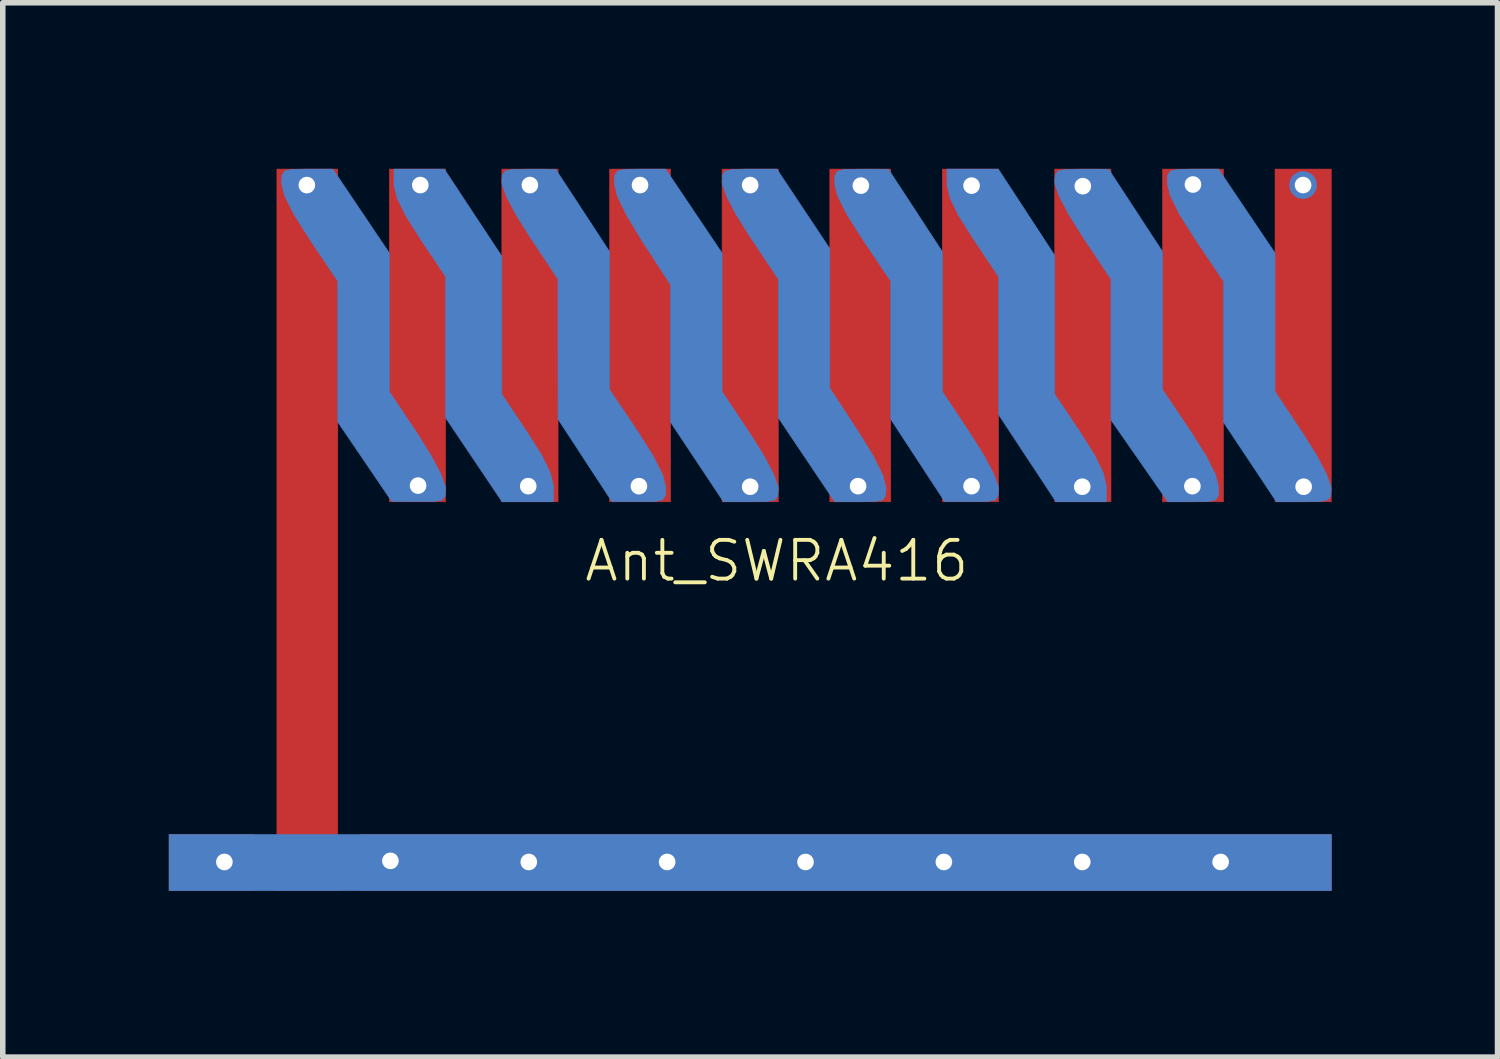
<source format=kicad_pcb>
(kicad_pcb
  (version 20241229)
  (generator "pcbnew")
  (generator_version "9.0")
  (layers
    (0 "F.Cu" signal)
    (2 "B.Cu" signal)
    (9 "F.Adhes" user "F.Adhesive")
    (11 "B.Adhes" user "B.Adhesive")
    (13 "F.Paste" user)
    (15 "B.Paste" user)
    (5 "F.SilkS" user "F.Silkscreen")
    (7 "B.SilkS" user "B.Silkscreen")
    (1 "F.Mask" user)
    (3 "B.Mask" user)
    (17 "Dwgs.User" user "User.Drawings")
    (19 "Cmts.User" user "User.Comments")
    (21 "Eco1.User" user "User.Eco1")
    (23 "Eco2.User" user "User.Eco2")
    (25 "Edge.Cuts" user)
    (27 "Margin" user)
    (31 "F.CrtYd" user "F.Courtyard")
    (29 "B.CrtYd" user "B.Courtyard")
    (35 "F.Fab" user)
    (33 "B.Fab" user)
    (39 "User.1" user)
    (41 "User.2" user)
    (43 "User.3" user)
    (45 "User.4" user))
  (footprint "Ant_SWRA416"
    (layer "F.Cu")
    (at 10.504 6.524)
    (property "Reference" "Ant_SWRA416" (at 0.48 0.56 0) (layer "F.SilkS") (effects (font (size 0.7 0.7) (thickness 0.07))))
    (attr through_hole)
    (fp_poly (pts (xy -8.975 6.519) (xy -10.499 6.519) (xy -10.499 5.503) (xy -8.975 5.503) (xy -8.975 6.519)) (stroke (width 0.01) (type solid)) (fill yes) (layer "F.Cu"))
    (fp_poly (pts (xy -7.451 6.519) (xy -8.551 6.519) (xy -8.551 -6.519) (xy -7.451 -6.519) (xy -7.451 6.519)) (stroke (width 0.01) (type solid)) (fill yes) (layer "F.Cu"))
    (fp_poly (pts (xy -5.503 -0.508) (xy -6.519 -0.508) (xy -6.519 -6.519) (xy -5.503 -6.519) (xy -5.503 -0.508)) (stroke (width 0.01) (type solid)) (fill yes) (layer "F.Cu"))
    (fp_poly (pts (xy -3.471 -0.508) (xy -4.487 -0.508) (xy -4.487 -6.519) (xy -3.471 -6.519) (xy -3.471 -0.508)) (stroke (width 0.01) (type solid)) (fill yes) (layer "F.Cu"))
    (fp_poly (pts (xy -1.439 -0.508) (xy -2.54 -0.508) (xy -2.54 -6.519) (xy -1.439 -6.519) (xy -1.439 -0.508)) (stroke (width 0.01) (type solid)) (fill yes) (layer "F.Cu"))
    (fp_poly (pts (xy 0.508 -0.508) (xy -0.508 -0.508) (xy -0.508 -6.519) (xy 0.508 -6.519) (xy 0.508 -0.508)) (stroke (width 0.01) (type solid)) (fill yes) (layer "F.Cu"))
    (fp_poly (pts (xy 2.54 -0.508) (xy 1.439 -0.508) (xy 1.439 -6.519) (xy 2.54 -6.519) (xy 2.54 -0.508)) (stroke (width 0.01) (type solid)) (fill yes) (layer "F.Cu"))
    (fp_poly (pts (xy 4.487 -0.508) (xy 3.471 -0.508) (xy 3.471 -6.519) (xy 4.487 -6.519) (xy 4.487 -0.508)) (stroke (width 0.01) (type solid)) (fill yes) (layer "F.Cu"))
    (fp_poly (pts (xy 6.519 -0.508) (xy 5.503 -0.508) (xy 5.503 -6.519) (xy 6.519 -6.519) (xy 6.519 -0.508)) (stroke (width 0.01) (type solid)) (fill yes) (layer "F.Cu"))
    (fp_poly (pts (xy 8.551 -0.508) (xy 7.451 -0.508) (xy 7.451 -6.519) (xy 8.551 -6.519) (xy 8.551 -0.508)) (stroke (width 0.01) (type solid)) (fill yes) (layer "F.Cu"))
    (fp_poly (pts (xy 10.499 -0.508) (xy 9.483 -0.508) (xy 9.483 -6.519) (xy 10.499 -6.519) (xy 10.499 -0.508)) (stroke (width 0.01) (type solid)) (fill yes) (layer "F.Cu"))
    (fp_poly (pts (xy 10.499 6.519) (xy -7.027 6.519) (xy -7.027 5.503) (xy 10.499 5.503) (xy 10.499 6.519)) (stroke (width 0.01) (type solid)) (fill yes) (layer "F.Cu"))
    (fp_poly (pts (xy 10.499 6.519) (xy -10.499 6.519) (xy -10.499 5.503) (xy 10.499 5.503) (xy 10.499 6.519)) (stroke (width 0.01) (type solid)) (fill yes) (layer "B.Cu"))
    (fp_poly (pts (xy 5.503 -4.959) (xy 5.503 -2.451) (xy 5.969 -1.755) (xy 6.227 -1.343) (xy 6.379 -1.033) (xy 6.434 -0.806) (xy 6.435 -0.784) (xy 6.435 -0.508) (xy 5.526 -0.508) (xy 5.007 -1.295) (xy 4.487 -2.083) (xy 4.487 -4.576) (xy 4.022 -5.272) (xy 3.763 -5.684) (xy 3.612 -5.994) (xy 3.557 -6.222) (xy 3.556 -6.243) (xy 3.556 -6.519) (xy 4.484 -6.519) (xy 5.503 -4.959)) (stroke (width 0.01) (type solid)) (fill yes) (layer "B.Cu"))
    (fp_poly (pts (xy -5.007 -5.732) (xy -4.487 -4.945) (xy -4.487 -2.451) (xy -4.022 -1.755) (xy -3.763 -1.343) (xy -3.612 -1.033) (xy -3.557 -0.806) (xy -3.556 -0.784) (xy -3.556 -0.508) (xy -4.483 -0.508) (xy -4.993 -1.267) (xy -5.503 -2.026) (xy -5.503 -4.576) (xy -5.969 -5.272) (xy -6.227 -5.684) (xy -6.379 -5.994) (xy -6.434 -6.222) (xy -6.435 -6.243) (xy -6.435 -6.519) (xy -5.526 -6.519) (xy -5.007 -5.732)) (stroke (width 0.01) (type solid)) (fill yes) (layer "B.Cu"))
    (fp_poly (pts (xy -6.519 -5.002) (xy -6.519 -3.75) (xy -6.519 -2.498) (xy -6.011 -1.736) (xy -5.763 -1.339) (xy -5.591 -1.014) (xy -5.509 -0.787) (xy -5.504 -0.741) (xy -5.512 -0.61) (xy -5.566 -0.541) (xy -5.705 -0.514) (xy -5.971 -0.512) (xy -5.99 -0.512) (xy -6.477 -0.515) (xy -7.451 -1.949) (xy -7.451 -4.494) (xy -7.959 -5.249) (xy -8.242 -5.698) (xy -8.41 -6.033) (xy -8.467 -6.259) (xy -8.467 -6.262) (xy -8.459 -6.409) (xy -8.408 -6.486) (xy -8.273 -6.515) (xy -8.01 -6.519) (xy -7.54 -6.519) (xy -6.519 -5.002)) (stroke (width 0.01) (type solid)) (fill yes) (layer "B.Cu"))
    (fp_poly (pts (xy -1.018 -5.761) (xy -0.508 -5.002) (xy -0.508 -3.75) (xy -0.508 -2.498) (xy 0 -1.736) (xy 0.249 -1.339) (xy 0.421 -1.014) (xy 0.503 -0.787) (xy 0.508 -0.741) (xy 0.499 -0.611) (xy 0.446 -0.541) (xy 0.308 -0.513) (xy 0.045 -0.508) (xy 0.013 -0.508) (xy -0.483 -0.508) (xy -0.961 -1.227) (xy -1.439 -1.946) (xy -1.439 -4.43) (xy -1.947 -5.214) (xy -2.231 -5.681) (xy -2.4 -6.028) (xy -2.455 -6.259) (xy -2.448 -6.408) (xy -2.398 -6.485) (xy -2.263 -6.515) (xy -2.003 -6.519) (xy -1.528 -6.519) (xy -1.018 -5.761)) (stroke (width 0.01) (type solid)) (fill yes) (layer "B.Cu"))
    (fp_poly (pts (xy 5.99 -6.518) (xy 6.477 -6.517) (xy 6.964 -5.773) (xy 7.451 -5.028) (xy 7.451 -2.534) (xy 7.959 -1.778) (xy 8.242 -1.329) (xy 8.41 -0.994) (xy 8.467 -0.768) (xy 8.467 -0.765) (xy 8.459 -0.617) (xy 8.408 -0.541) (xy 8.271 -0.512) (xy 8.007 -0.508) (xy 7.547 -0.508) (xy 7.033 -1.247) (xy 6.519 -1.985) (xy 6.519 -4.53) (xy 6.011 -5.292) (xy 5.763 -5.689) (xy 5.591 -6.013) (xy 5.509 -6.24) (xy 5.504 -6.287) (xy 5.512 -6.417) (xy 5.566 -6.487) (xy 5.706 -6.514) (xy 5.972 -6.518) (xy 5.99 -6.518)) (stroke (width 0.01) (type solid)) (fill yes) (layer "B.Cu"))
    (fp_poly (pts (xy 9.483 -5.002) (xy 9.483 -3.75) (xy 9.483 -2.498) (xy 9.991 -1.736) (xy 10.239 -1.339) (xy 10.411 -1.014) (xy 10.493 -0.787) (xy 10.498 -0.741) (xy 10.49 -0.611) (xy 10.437 -0.541) (xy 10.299 -0.513) (xy 10.035 -0.508) (xy 10.003 -0.508) (xy 9.508 -0.508) (xy 9.03 -1.227) (xy 8.551 -1.946) (xy 8.551 -4.494) (xy 8.043 -5.249) (xy 7.76 -5.698) (xy 7.592 -6.033) (xy 7.535 -6.259) (xy 7.535 -6.262) (xy 7.543 -6.409) (xy 7.594 -6.486) (xy 7.729 -6.515) (xy 7.992 -6.519) (xy 8.462 -6.519) (xy 9.483 -5.002)) (stroke (width 0.01) (type solid)) (fill yes) (layer "B.Cu"))
    (fp_poly (pts (xy -4 -6.518) (xy -3.514 -6.517) (xy -2.54 -5.028) (xy -2.54 -2.534) (xy -2.032 -1.778) (xy -1.749 -1.329) (xy -1.58 -0.994) (xy -1.524 -0.768) (xy -1.524 -0.765) (xy -1.531 -0.621) (xy -1.579 -0.544) (xy -1.709 -0.514) (xy -1.961 -0.509) (xy -2.011 -0.509) (xy -2.498 -0.511) (xy -2.985 -1.255) (xy -3.471 -1.999) (xy -3.472 -3.264) (xy -3.472 -4.53) (xy -3.979 -5.292) (xy -4.228 -5.689) (xy -4.4 -6.013) (xy -4.482 -6.24) (xy -4.487 -6.287) (xy -4.478 -6.417) (xy -4.424 -6.487) (xy -4.285 -6.514) (xy -4.018 -6.518) (xy -4 -6.518)) (stroke (width 0.01) (type solid)) (fill yes) (layer "B.Cu"))
    (fp_poly (pts (xy 0.961 -5.8) (xy 1.439 -5.082) (xy 1.439 -2.559) (xy 1.947 -1.785) (xy 2.226 -1.332) (xy 2.397 -0.988) (xy 2.455 -0.762) (xy 2.455 -0.76) (xy 2.447 -0.616) (xy 2.395 -0.541) (xy 2.257 -0.512) (xy 1.992 -0.508) (xy 1.528 -0.508) (xy 1.018 -1.267) (xy 0.508 -2.026) (xy 0.508 -3.278) (xy 0.508 -4.53) (xy 0 -5.292) (xy -0.249 -5.689) (xy -0.421 -6.013) (xy -0.503 -6.24) (xy -0.508 -6.287) (xy -0.499 -6.417) (xy -0.446 -6.486) (xy -0.308 -6.514) (xy -0.045 -6.519) (xy -0.013 -6.519) (xy 0.483 -6.519) (xy 0.961 -5.8)) (stroke (width 0.01) (type solid)) (fill yes) (layer "B.Cu"))
    (fp_poly (pts (xy 2.011 -6.518) (xy 2.498 -6.517) (xy 2.985 -5.773) (xy 3.471 -5.028) (xy 3.472 -3.763) (xy 3.472 -2.498) (xy 3.979 -1.736) (xy 4.228 -1.339) (xy 4.4 -1.014) (xy 4.482 -0.787) (xy 4.487 -0.741) (xy 4.478 -0.61) (xy 4.424 -0.541) (xy 4.285 -0.513) (xy 4.018 -0.509) (xy 4 -0.509) (xy 3.514 -0.511) (xy 3.027 -1.255) (xy 2.54 -1.999) (xy 2.54 -4.494) (xy 2.032 -5.249) (xy 1.749 -5.698) (xy 1.58 -6.033) (xy 1.524 -6.259) (xy 1.524 -6.262) (xy 1.531 -6.407) (xy 1.579 -6.483) (xy 1.709 -6.513) (xy 1.961 -6.518) (xy 2.011 -6.518)) (stroke (width 0.01) (type solid)) (fill yes) (layer "B.Cu"))
    (pad "" thru_hole circle (at -8.01 -6.23) (size 0.5 0.5) (drill 0.3) (layers "*.Cu"))
    (pad "" thru_hole circle (at -6 -0.8) (size 0.5 0.5) (drill 0.3) (layers "*.Cu"))
    (pad "" thru_hole circle (at -5.96 -6.23) (size 0.5 0.5) (drill 0.3) (layers "*.Cu"))
    (pad "" thru_hole circle (at -4.01 -0.79) (size 0.5 0.5) (drill 0.3) (layers "*.Cu"))
    (pad "" thru_hole circle (at -4 6) (size 0.5 0.5) (drill 0.3) (layers "*.Cu" "*.Mask"))
    (pad "" thru_hole circle (at -3.98 -6.23) (size 0.5 0.5) (drill 0.3) (layers "*.Cu"))
    (pad "" thru_hole circle (at -2.01 -0.79) (size 0.5 0.5) (drill 0.3) (layers "*.Cu"))
    (pad "" thru_hole circle (at -1.99 -6.23) (size 0.5 0.5) (drill 0.3) (layers "*.Cu"))
    (pad "" thru_hole circle (at -1.5 6) (size 0.5 0.5) (drill 0.3) (layers "*.Cu" "*.Mask"))
    (pad "" thru_hole circle (at 0 -6.23) (size 0.5 0.5) (drill 0.3) (layers "*.Cu"))
    (pad "" thru_hole circle (at 0 -0.78) (size 0.5 0.5) (drill 0.3) (layers "*.Cu"))
    (pad "" thru_hole circle (at 1 6) (size 0.5 0.5) (drill 0.3) (layers "*.Cu" "*.Mask"))
    (pad "" thru_hole circle (at 1.95 -0.79) (size 0.5 0.5) (drill 0.3) (layers "*.Cu"))
    (pad "" thru_hole circle (at 2 -6.22) (size 0.5 0.5) (drill 0.3) (layers "*.Cu"))
    (pad "" thru_hole circle (at 3.5 6) (size 0.5 0.5) (drill 0.3) (layers "*.Cu" "*.Mask"))
    (pad "" thru_hole circle (at 4 -6.22) (size 0.5 0.5) (drill 0.3) (layers "*.Cu"))
    (pad "" thru_hole circle (at 4 -0.79) (size 0.5 0.5) (drill 0.3) (layers "*.Cu"))
    (pad "" thru_hole circle (at 6 -0.78) (size 0.5 0.5) (drill 0.3) (layers "*.Cu"))
    (pad "" thru_hole circle (at 6 6) (size 0.5 0.5) (drill 0.3) (layers "*.Cu" "*.Mask"))
    (pad "" thru_hole circle (at 6.01 -6.21) (size 0.5 0.5) (drill 0.3) (layers "*.Cu"))
    (pad "" thru_hole circle (at 7.99 -0.79) (size 0.5 0.5) (drill 0.3) (layers "*.Cu"))
    (pad "" thru_hole circle (at 8 -6.24) (size 0.5 0.5) (drill 0.3) (layers "*.Cu"))
    (pad "" thru_hole circle (at 8.5 6) (size 0.5 0.5) (drill 0.3) (layers "*.Cu" "*.Mask"))
    (pad "" thru_hole circle (at 9.99 -6.23) (size 0.5 0.5) (drill 0.3) (layers "*.Cu"))
    (pad "" thru_hole circle (at 10 -0.78) (size 0.5 0.5) (drill 0.3) (layers "*.Cu"))
    (pad "1" smd circle (at -8 6) (size 0.8 0.8) (layers "F.Cu" "F.Paste"))
    (pad "2" thru_hole circle (at -9.5 6) (size 0.5 0.5) (drill 0.3) (layers "*.Cu" "*.Mask"))
    (pad "3" thru_hole circle (at -6.5 5.98) (size 0.5 0.5) (drill 0.3) (layers "*.Cu" "*.Mask")))
  (gr_rect
    (start -3 -3)
    (end 24.007 16.049)
    (stroke (width 0.1) (type default))
    (fill no)
    (layer "Edge.Cuts")))
</source>
